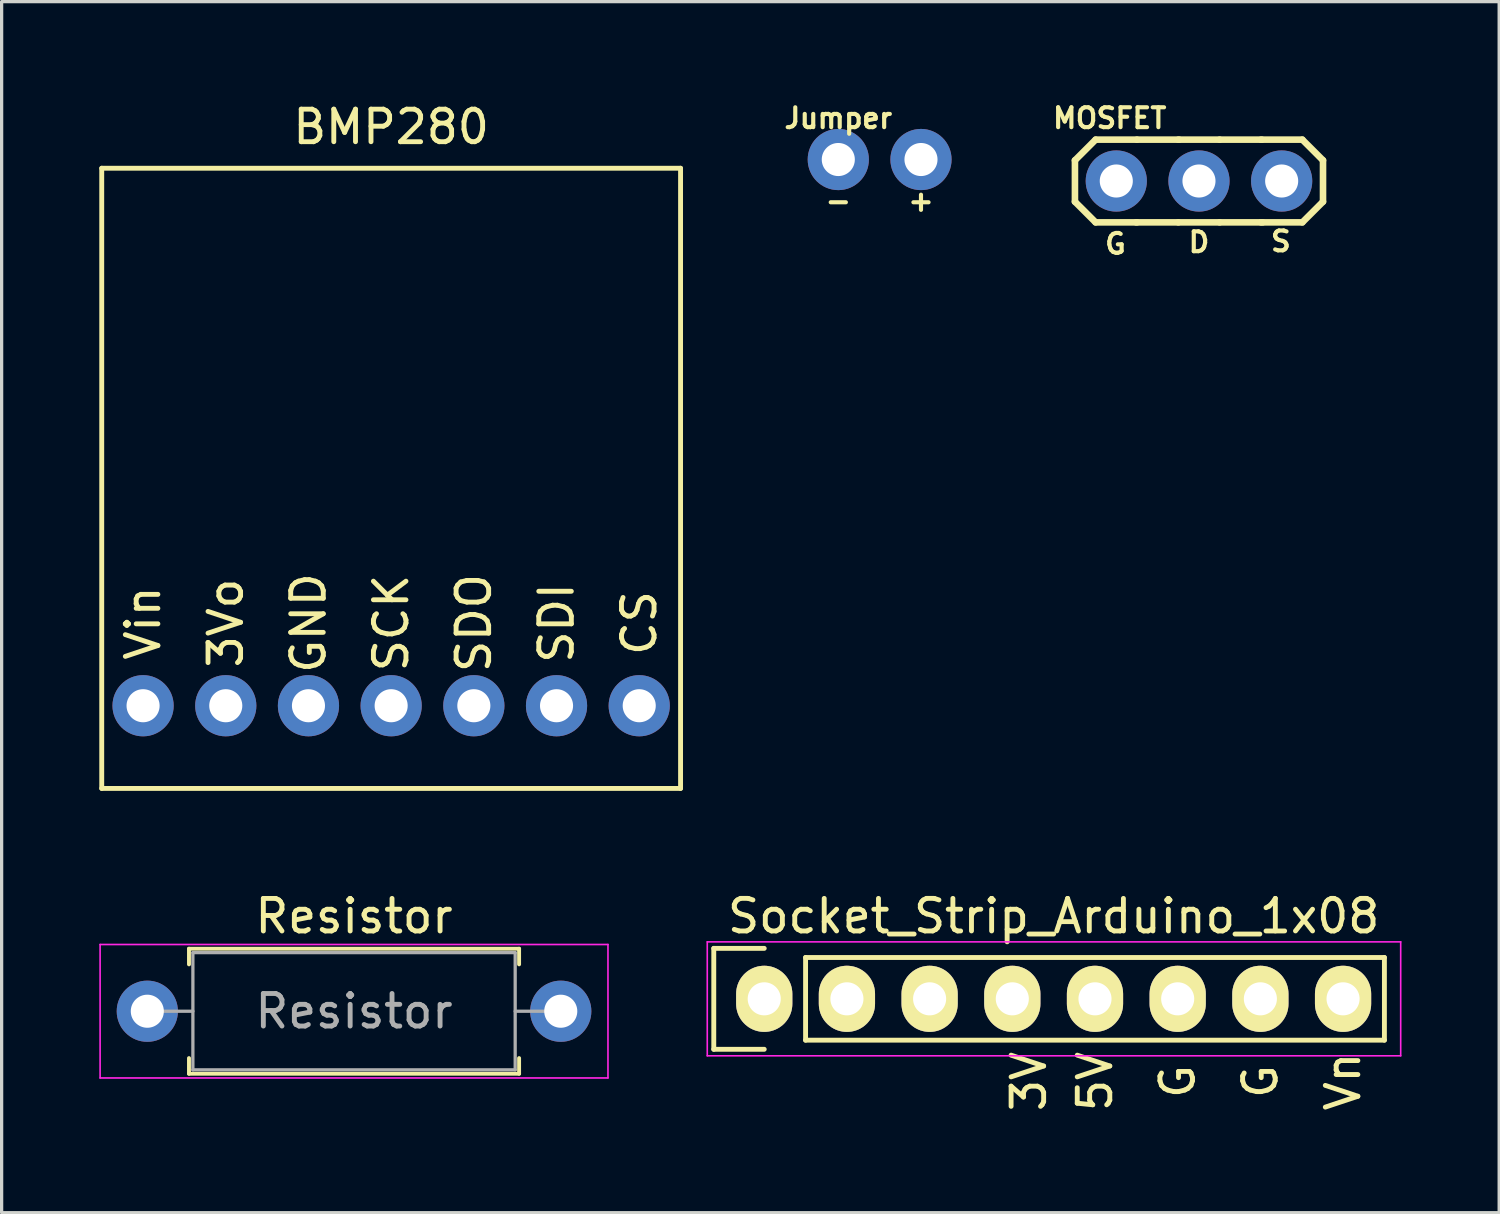
<source format=kicad_pcb>
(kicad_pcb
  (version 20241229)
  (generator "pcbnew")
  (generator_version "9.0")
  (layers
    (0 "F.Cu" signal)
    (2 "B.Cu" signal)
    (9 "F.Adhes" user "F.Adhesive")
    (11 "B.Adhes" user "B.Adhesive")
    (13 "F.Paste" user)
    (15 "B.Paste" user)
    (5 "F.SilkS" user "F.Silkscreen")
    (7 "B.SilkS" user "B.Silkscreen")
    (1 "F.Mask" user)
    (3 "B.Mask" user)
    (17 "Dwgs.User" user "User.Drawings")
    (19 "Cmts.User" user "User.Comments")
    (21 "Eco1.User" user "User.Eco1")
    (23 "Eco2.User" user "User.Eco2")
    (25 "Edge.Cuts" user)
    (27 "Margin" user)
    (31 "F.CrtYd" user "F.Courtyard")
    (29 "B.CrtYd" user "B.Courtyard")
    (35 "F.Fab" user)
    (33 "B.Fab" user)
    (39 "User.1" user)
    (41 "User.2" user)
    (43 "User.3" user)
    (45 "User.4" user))
  (footprint "MOSFET"
    (layer "F.Cu")
    (at 31.239 2.51)
    (property "Reference" "MOSFET" (at -0.203 -1.93 0) (layer "F.SilkS") (effects (font (size 0.61 0.61) (thickness 0.127))))
    (attr exclude_from_pos_files exclude_from_bom)
    (fp_line (start -1.27 -0.635) (end -1.27 0.635) (stroke (width 0.203) (type solid)) (layer "F.SilkS"))
    (fp_line (start -1.27 0.635) (end -0.635 1.27) (stroke (width 0.203) (type solid)) (layer "F.SilkS"))
    (fp_line (start -0.635 -1.27) (end -1.27 -0.635) (stroke (width 0.203) (type solid)) (layer "F.SilkS"))
    (fp_line (start -0.635 -1.27) (end 0.635 -1.27) (stroke (width 0.203) (type solid)) (layer "F.SilkS"))
    (fp_line (start 0.635 -1.27) (end 1.93 -1.27) (stroke (width 0.203) (type solid)) (layer "F.SilkS"))
    (fp_line (start 0.635 1.27) (end -0.635 1.27) (stroke (width 0.203) (type solid)) (layer "F.SilkS"))
    (fp_line (start 1.905 -1.27) (end 3.175 -1.27) (stroke (width 0.203) (type solid)) (layer "F.SilkS"))
    (fp_line (start 1.905 1.27) (end 0.61 1.27) (stroke (width 0.203) (type solid)) (layer "F.SilkS"))
    (fp_line (start 3.175 -1.27) (end 4.47 -1.27) (stroke (width 0.203) (type solid)) (layer "F.SilkS"))
    (fp_line (start 3.175 1.27) (end 1.905 1.27) (stroke (width 0.203) (type solid)) (layer "F.SilkS"))
    (fp_line (start 4.445 -1.27) (end 5.715 -1.27) (stroke (width 0.203) (type solid)) (layer "F.SilkS"))
    (fp_line (start 4.496 1.27) (end 3.175 1.27) (stroke (width 0.203) (type solid)) (layer "F.SilkS"))
    (fp_line (start 5.715 -1.27) (end 6.35 -0.635) (stroke (width 0.203) (type solid)) (layer "F.SilkS"))
    (fp_line (start 5.715 1.27) (end 4.445 1.27) (stroke (width 0.203) (type solid)) (layer "F.SilkS"))
    (fp_line (start 6.35 -0.635) (end 6.35 0.635) (stroke (width 0.203) (type solid)) (layer "F.SilkS"))
    (fp_line (start 6.35 0.635) (end 5.715 1.27) (stroke (width 0.203) (type solid)) (layer "F.SilkS"))
    (fp_line (start -0.254 -0.254) (end 0.254 -0.254) (stroke (width 0.066) (type solid)) (layer "Dwgs.User"))
    (fp_line (start -0.254 0.254) (end -0.254 -0.254) (stroke (width 0.066) (type solid)) (layer "Dwgs.User"))
    (fp_line (start -0.254 0.254) (end 0.254 0.254) (stroke (width 0.066) (type solid)) (layer "Dwgs.User"))
    (fp_line (start 0.254 0.254) (end 0.254 -0.254) (stroke (width 0.066) (type solid)) (layer "Dwgs.User"))
    (fp_line (start 2.286 -0.254) (end 2.794 -0.254) (stroke (width 0.066) (type solid)) (layer "Dwgs.User"))
    (fp_line (start 2.286 0.254) (end 2.286 -0.254) (stroke (width 0.066) (type solid)) (layer "Dwgs.User"))
    (fp_line (start 2.286 0.254) (end 2.794 0.254) (stroke (width 0.066) (type solid)) (layer "Dwgs.User"))
    (fp_line (start 2.794 0.254) (end 2.794 -0.254) (stroke (width 0.066) (type solid)) (layer "Dwgs.User"))
    (fp_line (start 4.826 -0.254) (end 5.334 -0.254) (stroke (width 0.066) (type solid)) (layer "Dwgs.User"))
    (fp_line (start 4.826 0.254) (end 4.826 -0.254) (stroke (width 0.066) (type solid)) (layer "Dwgs.User"))
    (fp_line (start 4.826 0.254) (end 5.334 0.254) (stroke (width 0.066) (type solid)) (layer "Dwgs.User"))
    (fp_line (start 5.334 0.254) (end 5.334 -0.254) (stroke (width 0.066) (type solid)) (layer "Dwgs.User"))
    (fp_text user "D" (at 2.54 1.88 0) (layer "F.SilkS") (effects (font (size 0.61 0.61) (thickness 0.127))))
    (fp_text user "S" (at 5.055 1.854 0) (layer "F.SilkS") (effects (font (size 0.61 0.61) (thickness 0.127))))
    (fp_text user "G" (at -0.025 1.93 0) (layer "F.SilkS") (effects (font (size 0.61 0.61) (thickness 0.127))))
    (pad "1" thru_hole circle (at 0 0) (size 1.88 1.88) (drill 1.016) (layers "*.Cu" "*.Mask"))
    (pad "2" thru_hole circle (at 5.08 0) (size 1.88 1.88) (drill 1.016) (layers "*.Cu" "*.Mask"))
    (pad "3" thru_hole circle (at 2.54 0) (size 1.88 1.88) (drill 1.016) (layers "*.Cu" "*.Mask")))
  (footprint "BMP280"
    (layer "F.Cu")
    (at 8.965 18.628)
    (property "Reference" "BMP280" (at 0 -17.78 0) (layer "F.SilkS") (effects (font (size 1 1) (thickness 0.15))))
    (attr through_hole)
    (fp_line (start -8.89 -16.51) (end -8.89 2.54) (stroke (width 0.15) (type solid)) (layer "F.SilkS"))
    (fp_line (start -8.89 2.54) (end 8.89 2.54) (stroke (width 0.15) (type solid)) (layer "F.SilkS"))
    (fp_line (start 8.89 -16.51) (end -8.89 -16.51) (stroke (width 0.15) (type solid)) (layer "F.SilkS"))
    (fp_line (start 8.89 2.54) (end 8.89 -16.51) (stroke (width 0.15) (type solid)) (layer "F.SilkS"))
    (fp_text user "3Vo" (at -5.08 -2.54 90) (layer "F.SilkS") (effects (font (size 1 1) (thickness 0.15))))
    (fp_text user "SCK" (at 0 -2.54 90) (layer "F.SilkS") (effects (font (size 1 1) (thickness 0.15))))
    (fp_text user "GND" (at -2.54 -2.54 90) (layer "F.SilkS") (effects (font (size 1 1) (thickness 0.15))))
    (fp_text user "SDO" (at 2.54 -2.54 90) (layer "F.SilkS") (effects (font (size 1 1) (thickness 0.15))))
    (fp_text user "CS" (at 7.62 -2.54 90) (layer "F.SilkS") (effects (font (size 1 1) (thickness 0.15))))
    (fp_text user "Vin" (at -7.62 -2.54 90) (layer "F.SilkS") (effects (font (size 1 1) (thickness 0.15))))
    (fp_text user "SDI" (at 5.08 -2.54 90) (layer "F.SilkS") (effects (font (size 1 1) (thickness 0.15))))
    (pad "1" thru_hole circle (at -7.62 0) (size 1.88 1.88) (drill 1.016) (layers "*.Cu" "*.Mask"))
    (pad "2" thru_hole circle (at -5.08 0) (size 1.88 1.88) (drill 1.016) (layers "*.Cu" "*.Mask"))
    (pad "3" thru_hole circle (at -2.54 0) (size 1.88 1.88) (drill 1.016) (layers "*.Cu" "*.Mask"))
    (pad "4" thru_hole circle (at 0 0) (size 1.88 1.88) (drill 1.016) (layers "*.Cu" "*.Mask"))
    (pad "5" thru_hole circle (at 2.54 0) (size 1.88 1.88) (drill 1.016) (layers "*.Cu" "*.Mask"))
    (pad "6" thru_hole circle (at 5.08 0) (size 1.88 1.88) (drill 1.016) (layers "*.Cu" "*.Mask"))
    (pad "7" thru_hole circle (at 7.62 0) (size 1.88 1.88) (drill 1.016) (layers "*.Cu" "*.Mask")))
  (footprint "Socket_Strip_Arduino_1x08"
    (layer "F.Cu")
    (at 20.425 27.631)
    (property "Reference" "Socket_Strip_Arduino_1x08" (at 8.89 -2.54 0) (layer "F.SilkS") (effects (font (size 1 1) (thickness 0.15))))
    (attr through_hole)
    (fp_line (start -1.55 -1.55) (end -1.55 1.55) (stroke (width 0.15) (type solid)) (layer "F.SilkS"))
    (fp_line (start -1.55 1.55) (end 0 1.55) (stroke (width 0.15) (type solid)) (layer "F.SilkS"))
    (fp_line (start 0 -1.55) (end -1.55 -1.55) (stroke (width 0.15) (type solid)) (layer "F.SilkS"))
    (fp_line (start 1.27 1.27) (end 1.27 -1.27) (stroke (width 0.15) (type solid)) (layer "F.SilkS"))
    (fp_line (start 1.27 1.27) (end 19.05 1.27) (stroke (width 0.15) (type solid)) (layer "F.SilkS"))
    (fp_line (start 19.05 -1.27) (end 1.27 -1.27) (stroke (width 0.15) (type solid)) (layer "F.SilkS"))
    (fp_line (start 19.05 1.27) (end 19.05 -1.27) (stroke (width 0.15) (type solid)) (layer "F.SilkS"))
    (fp_line (start -1.75 -1.75) (end -1.75 1.75) (stroke (width 0.05) (type solid)) (layer "F.CrtYd"))
    (fp_line (start -1.75 -1.75) (end 19.55 -1.75) (stroke (width 0.05) (type solid)) (layer "F.CrtYd"))
    (fp_line (start -1.75 1.75) (end 19.55 1.75) (stroke (width 0.05) (type solid)) (layer "F.CrtYd"))
    (fp_line (start 19.55 -1.75) (end 19.55 1.75) (stroke (width 0.05) (type solid)) (layer "F.CrtYd"))
    (fp_text user "G" (at 15.24 2.54 90) (layer "F.SilkS") (effects (font (size 1 1) (thickness 0.15))))
    (fp_text user "G" (at 12.7 2.54 90) (layer "F.SilkS") (effects (font (size 1 1) (thickness 0.15))))
    (fp_text user "3V" (at 8.128 2.54 90) (layer "F.SilkS") (effects (font (size 1 1) (thickness 0.15))))
    (fp_text user "5V" (at 10.16 2.54 90) (layer "F.SilkS") (effects (font (size 1 1) (thickness 0.15))))
    (fp_text user "Vn" (at 17.78 2.54 90) (layer "F.SilkS") (effects (font (size 1 1) (thickness 0.15))))
    (pad "1" thru_hole oval (at 0 0) (size 1.727 2.032) (drill 1.016) (layers "*.Cu" "*.Mask" "F.SilkS"))
    (pad "2" thru_hole oval (at 2.54 0) (size 1.727 2.032) (drill 1.016) (layers "*.Cu" "*.Mask" "F.SilkS"))
    (pad "3" thru_hole oval (at 5.08 0) (size 1.727 2.032) (drill 1.016) (layers "*.Cu" "*.Mask" "F.SilkS"))
    (pad "4" thru_hole oval (at 7.62 0) (size 1.727 2.032) (drill 1.016) (layers "*.Cu" "*.Mask" "F.SilkS"))
    (pad "5" thru_hole oval (at 10.16 0) (size 1.727 2.032) (drill 1.016) (layers "*.Cu" "*.Mask" "F.SilkS"))
    (pad "6" thru_hole oval (at 12.7 0) (size 1.727 2.032) (drill 1.016) (layers "*.Cu" "*.Mask" "F.SilkS"))
    (pad "7" thru_hole oval (at 15.24 0) (size 1.727 2.032) (drill 1.016) (layers "*.Cu" "*.Mask" "F.SilkS"))
    (pad "8" thru_hole oval (at 17.78 0) (size 1.727 2.032) (drill 1.016) (layers "*.Cu" "*.Mask" "F.SilkS")))
  (footprint "Resistor"
    (layer "F.Cu")
    (at 1.475 28.012)
    (property "Reference" "Resistor" (at 6.35 -2.92 0) (layer "F.SilkS") (effects (font (size 1 1) (thickness 0.15))))
    (attr through_hole)
    (fp_line (start 1.28 -1.92) (end 11.42 -1.92) (stroke (width 0.12) (type solid)) (layer "F.SilkS"))
    (fp_line (start 1.28 -1.44) (end 1.28 -1.92) (stroke (width 0.12) (type solid)) (layer "F.SilkS"))
    (fp_line (start 1.28 1.44) (end 1.28 1.92) (stroke (width 0.12) (type solid)) (layer "F.SilkS"))
    (fp_line (start 1.28 1.92) (end 11.42 1.92) (stroke (width 0.12) (type solid)) (layer "F.SilkS"))
    (fp_line (start 11.42 -1.92) (end 11.42 -1.44) (stroke (width 0.12) (type solid)) (layer "F.SilkS"))
    (fp_line (start 11.42 1.92) (end 11.42 1.44) (stroke (width 0.12) (type solid)) (layer "F.SilkS"))
    (fp_line (start -1.45 -2.05) (end -1.45 2.05) (stroke (width 0.05) (type solid)) (layer "F.CrtYd"))
    (fp_line (start -1.45 2.05) (end 14.15 2.05) (stroke (width 0.05) (type solid)) (layer "F.CrtYd"))
    (fp_line (start 14.15 -2.05) (end -1.45 -2.05) (stroke (width 0.05) (type solid)) (layer "F.CrtYd"))
    (fp_line (start 14.15 2.05) (end 14.15 -2.05) (stroke (width 0.05) (type solid)) (layer "F.CrtYd"))
    (fp_line (start 0 0) (end 1.4 0) (stroke (width 0.1) (type solid)) (layer "F.Fab"))
    (fp_line (start 1.4 -1.8) (end 1.4 1.8) (stroke (width 0.1) (type solid)) (layer "F.Fab"))
    (fp_line (start 1.4 1.8) (end 11.3 1.8) (stroke (width 0.1) (type solid)) (layer "F.Fab"))
    (fp_line (start 11.3 -1.8) (end 1.4 -1.8) (stroke (width 0.1) (type solid)) (layer "F.Fab"))
    (fp_line (start 11.3 1.8) (end 11.3 -1.8) (stroke (width 0.1) (type solid)) (layer "F.Fab"))
    (fp_line (start 12.7 0) (end 11.3 0) (stroke (width 0.1) (type solid)) (layer "F.Fab"))
    (fp_text user "${REFERENCE}" (at 6.35 0 0) (layer "F.Fab") (effects (font (size 1 1) (thickness 0.15))))
    (pad "1" thru_hole circle (at 0 0) (size 1.88 1.88) (drill 1.016) (layers "*.Cu" "*.Mask"))
    (pad "2" thru_hole circle (at 12.7 0) (size 1.88 1.88) (drill 1.016) (layers "*.Cu" "*.Mask")))
  (footprint "Jumper"
    (layer "F.Cu")
    (at 22.7 2.485)
    (property "Reference" "Jumper" (at 0 -1.905 0) (layer "F.SilkS") (effects (font (size 0.61 0.61) (thickness 0.127))))
    (attr exclude_from_pos_files exclude_from_bom)
    (fp_text user "-" (at 0 0.635 0) (layer "F.SilkS") (effects (font (size 0.61 0.61) (thickness 0.127))))
    (fp_text user "+" (at 2.54 0.635 0) (layer "F.SilkS") (effects (font (size 0.61 0.61) (thickness 0.127))))
    (pad "1" thru_hole circle (at 0 -0.635) (size 1.88 1.88) (drill 1.016) (layers "*.Cu" "*.Mask"))
    (pad "2" thru_hole circle (at 2.54 -0.635) (size 1.88 1.88) (drill 1.016) (layers "*.Cu" "*.Mask")))
  (gr_rect
    (start -3 -3)
    (end 43 34.201)
    (stroke (width 0.1) (type default))
    (fill no)
    (layer "Edge.Cuts")))
</source>
